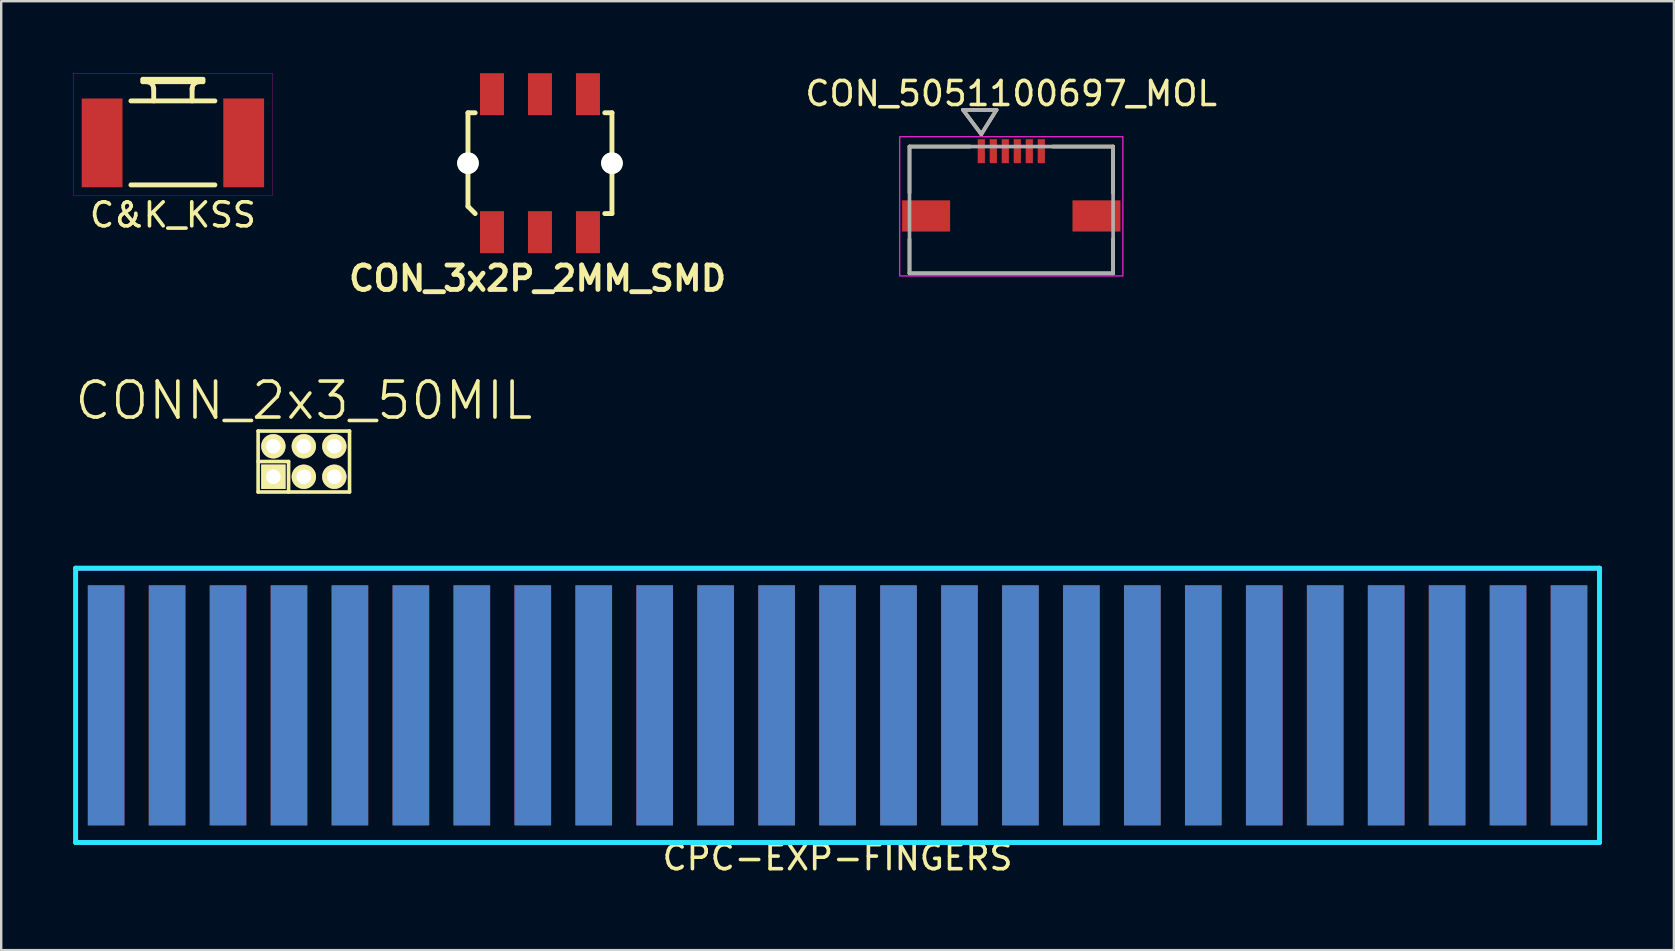
<source format=kicad_pcb>
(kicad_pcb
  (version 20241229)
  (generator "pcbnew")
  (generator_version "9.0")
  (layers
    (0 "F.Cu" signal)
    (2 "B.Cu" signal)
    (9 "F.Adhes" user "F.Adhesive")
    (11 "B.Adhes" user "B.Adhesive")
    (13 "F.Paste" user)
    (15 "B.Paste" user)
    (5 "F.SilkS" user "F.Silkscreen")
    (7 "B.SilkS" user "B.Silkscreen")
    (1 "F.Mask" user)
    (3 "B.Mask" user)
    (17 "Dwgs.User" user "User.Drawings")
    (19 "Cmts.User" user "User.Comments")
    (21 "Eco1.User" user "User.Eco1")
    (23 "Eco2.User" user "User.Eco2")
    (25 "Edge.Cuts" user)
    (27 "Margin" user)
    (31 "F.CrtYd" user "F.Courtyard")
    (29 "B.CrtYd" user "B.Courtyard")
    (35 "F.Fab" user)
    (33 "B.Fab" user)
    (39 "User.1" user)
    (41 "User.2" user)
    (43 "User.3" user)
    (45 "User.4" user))
  (footprint "CON_3x2P_2MM_SMD"
    (layer "F.Cu")
    (at 19.451 3.75)
    (property "Reference" "CON_3x2P_2MM_SMD" (at -0.1 4.8 0) (layer "F.SilkS") (effects (font (size 1.016 1.016) (thickness 0.203))))
    (attr through_hole)
    (fp_line (start -3 -2.1) (end -3 1.8) (stroke (width 0.203) (type solid)) (layer "F.SilkS"))
    (fp_line (start -3 -2.1) (end -2.7 -2.1) (stroke (width 0.203) (type solid)) (layer "F.SilkS"))
    (fp_line (start -3 1.8) (end -2.7 2.1) (stroke (width 0.203) (type solid)) (layer "F.SilkS"))
    (fp_line (start 2.7 2.1) (end 3 2.1) (stroke (width 0.203) (type solid)) (layer "F.SilkS"))
    (fp_line (start 3 -2.1) (end 2.7 -2.1) (stroke (width 0.203) (type solid)) (layer "F.SilkS"))
    (fp_line (start 3 2.1) (end 3 -2.1) (stroke (width 0.203) (type solid)) (layer "F.SilkS"))
    (pad "" np_thru_hole circle (at -3 0) (size 0.9 0.9) (drill 0.9) (layers "*.Cu" "*.Mask" "F.SilkS"))
    (pad "" np_thru_hole circle (at 3 0) (size 0.9 0.9) (drill 0.9) (layers "*.Cu" "*.Mask" "F.SilkS"))
    (pad "1" smd rect (at -2 2.875) (size 1 1.75) (layers "F.Cu" "F.Mask" "F.Paste"))
    (pad "2" smd rect (at -2 -2.875) (size 1 1.75) (layers "F.Cu" "F.Mask" "F.Paste"))
    (pad "3" smd rect (at 0 2.875) (size 1 1.75) (layers "F.Cu" "F.Mask" "F.Paste"))
    (pad "4" smd rect (at 0 -2.875) (size 1 1.75) (layers "F.Cu" "F.Mask" "F.Paste"))
    (pad "5" smd rect (at 2 2.875) (size 1 1.75) (layers "F.Cu" "F.Mask" "F.Paste"))
    (pad "6" smd rect (at 2 -2.875) (size 1 1.75) (layers "F.Cu" "F.Mask" "F.Paste")))
  (footprint "CPC-EXP-FINGERS"
    (layer "F.Cu")
    (at 31.852 26.343)
    (property "Reference" "CPC-EXP-FINGERS" (at 0 6.35 0) (layer "F.SilkS") (effects (font (size 1 1) (thickness 0.15))))
    (attr through_hole)
    (fp_line (start -31.75 -5.715) (end 31.75 -5.715) (stroke (width 0.203) (type solid)) (layer "B.CrtYd"))
    (fp_line (start -31.75 5.715) (end -31.75 -5.715) (stroke (width 0.203) (type solid)) (layer "B.CrtYd"))
    (fp_line (start 31.75 -5.715) (end 31.75 5.715) (stroke (width 0.203) (type solid)) (layer "B.CrtYd"))
    (fp_line (start 31.75 5.715) (end -31.75 5.715) (stroke (width 0.203) (type solid)) (layer "B.CrtYd"))
    (fp_line (start -31.75 -5.715) (end 31.75 -5.715) (stroke (width 0.203) (type solid)) (layer "F.CrtYd"))
    (fp_line (start -31.75 5.715) (end -31.75 -5.715) (stroke (width 0.203) (type solid)) (layer "F.CrtYd"))
    (fp_line (start 31.75 -5.715) (end 31.75 5.715) (stroke (width 0.203) (type solid)) (layer "F.CrtYd"))
    (fp_line (start 31.75 5.715) (end -31.75 5.715) (stroke (width 0.203) (type solid)) (layer "F.CrtYd"))
    (pad "1" smd rect (at 30.48 0) (size 1.524 10) (layers "F.Cu" "F.Mask"))
    (pad "2" smd rect (at 30.48 0) (size 1.524 10) (layers "B.Cu" "B.Mask"))
    (pad "3" smd rect (at 27.94 0) (size 1.524 10) (layers "F.Cu" "F.Mask"))
    (pad "4" smd rect (at 27.94 0) (size 1.524 10) (layers "B.Cu" "B.Mask"))
    (pad "5" smd rect (at 25.4 0) (size 1.524 10) (layers "F.Cu" "F.Mask"))
    (pad "6" smd rect (at 25.4 0) (size 1.524 10) (layers "B.Cu" "B.Mask"))
    (pad "7" smd rect (at 22.86 0) (size 1.524 10) (layers "F.Cu" "F.Mask"))
    (pad "8" smd rect (at 22.86 0) (size 1.524 10) (layers "B.Cu" "B.Mask"))
    (pad "9" smd rect (at 20.32 0) (size 1.524 10) (layers "F.Cu" "F.Mask"))
    (pad "10" smd rect (at 20.32 0) (size 1.524 10) (layers "B.Cu" "B.Mask"))
    (pad "11" smd rect (at 17.78 0) (size 1.524 10) (layers "F.Cu" "F.Mask"))
    (pad "12" smd rect (at 17.78 0) (size 1.524 10) (layers "B.Cu" "B.Mask"))
    (pad "13" smd rect (at 15.24 0) (size 1.524 10) (layers "F.Cu" "F.Mask"))
    (pad "14" smd rect (at 15.24 0) (size 1.524 10) (layers "B.Cu" "B.Mask"))
    (pad "15" smd rect (at 12.7 0) (size 1.524 10) (layers "F.Cu" "F.Mask"))
    (pad "16" smd rect (at 12.7 0) (size 1.524 10) (layers "B.Cu" "B.Mask"))
    (pad "17" smd rect (at 10.16 0) (size 1.524 10) (layers "F.Cu" "F.Mask"))
    (pad "18" smd rect (at 10.16 0) (size 1.524 10) (layers "B.Cu" "B.Mask"))
    (pad "19" smd rect (at 7.62 0) (size 1.524 10) (layers "F.Cu" "F.Mask"))
    (pad "20" smd rect (at 7.62 0) (size 1.524 10) (layers "B.Cu" "B.Mask"))
    (pad "21" smd rect (at 5.08 0) (size 1.524 10) (layers "F.Cu" "F.Mask"))
    (pad "22" smd rect (at 5.08 0) (size 1.524 10) (layers "B.Cu" "B.Mask"))
    (pad "23" smd rect (at 2.54 0) (size 1.524 10) (layers "F.Cu" "F.Mask"))
    (pad "24" smd rect (at 2.54 0) (size 1.524 10) (layers "B.Cu" "B.Mask"))
    (pad "25" smd rect (at 0 0) (size 1.524 10) (layers "F.Cu" "F.Mask"))
    (pad "26" smd rect (at 0 0) (size 1.524 10) (layers "B.Cu" "B.Mask"))
    (pad "27" smd rect (at -2.54 0) (size 1.524 10) (layers "F.Cu" "F.Mask"))
    (pad "28" smd rect (at -2.54 0) (size 1.524 10) (layers "B.Cu" "B.Mask"))
    (pad "29" smd rect (at -5.08 0) (size 1.524 10) (layers "F.Cu" "F.Mask"))
    (pad "30" smd rect (at -5.08 0) (size 1.524 10) (layers "B.Cu" "B.Mask"))
    (pad "31" smd rect (at -7.62 0) (size 1.524 10) (layers "F.Cu" "F.Mask"))
    (pad "32" smd rect (at -7.62 0) (size 1.524 10) (layers "B.Cu" "B.Mask"))
    (pad "33" smd rect (at -10.16 0) (size 1.524 10) (layers "F.Cu" "F.Mask"))
    (pad "34" smd rect (at -10.16 0) (size 1.524 10) (layers "B.Cu" "B.Mask"))
    (pad "35" smd rect (at -12.7 0) (size 1.524 10) (layers "F.Cu" "F.Mask"))
    (pad "36" smd rect (at -12.7 0) (size 1.524 10) (layers "B.Cu" "B.Mask"))
    (pad "37" smd rect (at -15.24 0) (size 1.524 10) (layers "F.Cu" "F.Mask"))
    (pad "38" smd rect (at -15.24 0) (size 1.524 10) (layers "B.Cu" "B.Mask"))
    (pad "39" smd rect (at -17.78 0) (size 1.524 10) (layers "F.Cu" "F.Mask"))
    (pad "40" smd rect (at -17.78 0) (size 1.524 10) (layers "B.Cu" "B.Mask"))
    (pad "41" smd rect (at -20.32 0) (size 1.524 10) (layers "F.Cu" "F.Mask"))
    (pad "42" smd rect (at -20.32 0) (size 1.524 10) (layers "B.Cu" "B.Mask"))
    (pad "43" smd rect (at -22.86 0) (size 1.524 10) (layers "F.Cu" "F.Mask"))
    (pad "44" smd rect (at -22.86 0) (size 1.524 10) (layers "B.Cu" "B.Mask"))
    (pad "45" smd rect (at -25.4 0) (size 1.524 10) (layers "F.Cu" "F.Mask"))
    (pad "46" smd rect (at -25.4 0) (size 1.524 10) (layers "B.Cu" "B.Mask"))
    (pad "47" smd rect (at -27.94 0) (size 1.524 10) (layers "F.Cu" "F.Mask"))
    (pad "48" smd rect (at -27.94 0) (size 1.524 10) (layers "B.Cu" "B.Mask"))
    (pad "49" smd rect (at -30.48 0) (size 1.524 10) (layers "F.Cu" "F.Mask"))
    (pad "50" smd rect (at -30.48 0) (size 1.524 10) (layers "B.Cu" "B.Mask")))
  (footprint "C&K_KSS"
    (layer "F.Cu")
    (at 4.155 2.905)
    (property "Reference" "C&K_KSS" (at 0 3 0) (layer "F.SilkS") (effects (font (size 1 1) (thickness 0.15))))
    (attr through_hole)
    (fp_line (start -1.75 -1.75) (end 1.75 -1.75) (stroke (width 0.203) (type solid)) (layer "F.SilkS"))
    (fp_line (start -1.75 1.75) (end 1.75 1.75) (stroke (width 0.203) (type solid)) (layer "F.SilkS"))
    (fp_line (start -1.25 -2.65) (end 1.25 -2.65) (stroke (width 0.203) (type solid)) (layer "F.SilkS"))
    (fp_line (start -1.25 -2.55) (end -1.25 -2.65) (stroke (width 0.203) (type solid)) (layer "F.SilkS"))
    (fp_line (start -0.8 -2.25) (end -0.8 -1.75) (stroke (width 0.203) (type solid)) (layer "F.SilkS"))
    (fp_line (start 0.8 -1.75) (end 0.8 -2.25) (stroke (width 0.203) (type solid)) (layer "F.SilkS"))
    (fp_line (start 1.25 -2.65) (end 1.25 -2.55) (stroke (width 0.203) (type solid)) (layer "F.SilkS"))
    (fp_line (start 1.25 -2.55) (end -1.25 -2.55) (stroke (width 0.203) (type solid)) (layer "F.SilkS"))
    (fp_arc (start -1.1 -2.55) (mid -0.887868 -2.462132) (end -0.8 -2.25) (stroke (width 0.2032) (type solid)) (layer "F.SilkS"))
    (fp_arc (start 0.8 -2.25) (mid 0.887868 -2.462132) (end 1.1 -2.55) (stroke (width 0.2032) (type solid)) (layer "F.SilkS"))
    (fp_line (start -4.15 -2.9) (end 4.15 -2.9) (stroke (width 0.01) (type solid)) (layer "F.CrtYd"))
    (fp_line (start -4.15 2.2) (end -4.15 -2.9) (stroke (width 0.01) (type solid)) (layer "F.CrtYd"))
    (fp_line (start 4.15 -2.9) (end 4.15 2.2) (stroke (width 0.01) (type solid)) (layer "F.CrtYd"))
    (fp_line (start 4.15 2.2) (end -4.15 2.2) (stroke (width 0.01) (type solid)) (layer "F.CrtYd"))
    (pad "1" smd rect (at -2.95 0) (size 1.7 3.7) (layers "F.Cu" "F.Mask" "F.Paste"))
    (pad "2" smd rect (at 2.95 0) (size 1.7 3.7) (layers "F.Cu" "F.Mask" "F.Paste")))
  (footprint "CONN_2x3_50MIL"
    (layer "F.Cu")
    (at 9.611 16.182)
    (property "Reference" "CONN_2x3_50MIL" (at 0 -2.54 0) (layer "F.SilkS") (effects (font (size 1.5 1.5) (thickness 0.15))))
    (attr through_hole)
    (fp_line (start -1.905 -1.27) (end 1.905 -1.27) (stroke (width 0.15) (type solid)) (layer "F.SilkS"))
    (fp_line (start -1.905 0) (end -0.635 0) (stroke (width 0.15) (type solid)) (layer "F.SilkS"))
    (fp_line (start -1.905 1.27) (end -1.905 -1.27) (stroke (width 0.15) (type solid)) (layer "F.SilkS"))
    (fp_line (start -0.635 0) (end -0.635 1.27) (stroke (width 0.15) (type solid)) (layer "F.SilkS"))
    (fp_line (start 1.905 -1.27) (end 1.905 1.27) (stroke (width 0.15) (type solid)) (layer "F.SilkS"))
    (fp_line (start 1.905 1.27) (end -1.905 1.27) (stroke (width 0.15) (type solid)) (layer "F.SilkS"))
    (pad "1" thru_hole rect (at -1.27 0.635) (size 1.016 1.016) (drill 0.61) (layers "*.Cu" "*.Mask" "F.SilkS"))
    (pad "2" thru_hole circle (at -1.27 -0.635) (size 1.016 1.016) (drill 0.61) (layers "*.Cu" "*.Mask" "F.SilkS"))
    (pad "3" thru_hole circle (at 0 0.635) (size 1.016 1.016) (drill 0.61) (layers "*.Cu" "*.Mask" "F.SilkS"))
    (pad "4" thru_hole circle (at 0 -0.635) (size 1.016 1.016) (drill 0.61) (layers "*.Cu" "*.Mask" "F.SilkS"))
    (pad "5" thru_hole circle (at 1.27 0.635) (size 1.016 1.016) (drill 0.61) (layers "*.Cu" "*.Mask" "F.SilkS"))
    (pad "6" thru_hole circle (at 1.27 -0.635) (size 1.016 1.016) (drill 0.61) (layers "*.Cu" "*.Mask" "F.SilkS")))
  (footprint "CON_5051100697_MOL"
    (layer "F.Cu")
    (at 39.092 5.699)
    (property "Reference" "CON_5051100697_MOL" (at -0.003 -4.85 0) (layer "F.SilkS") (effects (font (size 1 1) (thickness 0.15))))
    (attr smd)
    (fp_line (start -4.242 -2.642) (end -4.242 -0.711) (stroke (width 0.152) (type solid)) (layer "F.SilkS"))
    (fp_line (start -4.242 1.219) (end -4.242 2.642) (stroke (width 0.152) (type solid)) (layer "F.SilkS"))
    (fp_line (start -4.242 2.642) (end 4.242 2.642) (stroke (width 0.152) (type solid)) (layer "F.SilkS"))
    (fp_line (start -2.013 -4.172) (end -1.251 -3.156) (stroke (width 0.152) (type solid)) (layer "F.SilkS"))
    (fp_line (start -2.013 -4.172) (end -0.616 -4.172) (stroke (width 0.152) (type solid)) (layer "F.SilkS"))
    (fp_line (start -1.727 -2.642) (end -4.242 -2.642) (stroke (width 0.152) (type solid)) (layer "F.SilkS"))
    (fp_line (start -0.616 -4.172) (end -1.251 -3.156) (stroke (width 0.152) (type solid)) (layer "F.SilkS"))
    (fp_line (start 4.242 -2.642) (end 1.727 -2.642) (stroke (width 0.152) (type solid)) (layer "F.SilkS"))
    (fp_line (start 4.242 -0.711) (end 4.242 -2.642) (stroke (width 0.152) (type solid)) (layer "F.SilkS"))
    (fp_line (start 4.242 2.642) (end 4.242 1.219) (stroke (width 0.152) (type solid)) (layer "F.SilkS"))
    (fp_rect (start -4.65 -3.05) (end 4.65 2.75) (stroke (width 0.05) (type default)) (fill no) (layer "F.CrtYd"))
    (fp_line (start -4.242 -2.642) (end -4.242 2.642) (stroke (width 0.152) (type solid)) (layer "F.Fab"))
    (fp_line (start -4.242 2.642) (end 4.242 2.642) (stroke (width 0.152) (type solid)) (layer "F.Fab"))
    (fp_line (start -2.013 -4.172) (end -1.251 -3.156) (stroke (width 0.152) (type solid)) (layer "F.Fab"))
    (fp_line (start -2.013 -4.172) (end -0.616 -4.172) (stroke (width 0.152) (type solid)) (layer "F.Fab"))
    (fp_line (start -0.616 -4.172) (end -1.251 -3.156) (stroke (width 0.152) (type solid)) (layer "F.Fab"))
    (fp_line (start 4.242 -2.642) (end -4.242 -2.642) (stroke (width 0.152) (type solid)) (layer "F.Fab"))
    (fp_line (start 4.242 2.642) (end 4.242 -2.642) (stroke (width 0.152) (type solid)) (layer "F.Fab"))
    (pad "1" smd rect (at -1.25 -2.45) (size 0.3 1) (layers "F.Cu" "F.Mask" "F.Paste"))
    (pad "2" smd rect (at -0.75 -2.45) (size 0.3 1) (layers "F.Cu" "F.Mask" "F.Paste"))
    (pad "3" smd rect (at -0.25 -2.45) (size 0.3 1) (layers "F.Cu" "F.Mask" "F.Paste"))
    (pad "4" smd rect (at 0.25 -2.45) (size 0.3 1) (layers "F.Cu" "F.Mask" "F.Paste"))
    (pad "5" smd rect (at 0.75 -2.45) (size 0.3 1) (layers "F.Cu" "F.Mask" "F.Paste"))
    (pad "6" smd rect (at 1.25 -2.45) (size 0.3 1) (layers "F.Cu" "F.Mask" "F.Paste"))
    (pad "P1" smd rect (at -3.55 0.25) (size 2 1.3) (layers "F.Cu" "F.Mask" "F.Paste"))
    (pad "P2" smd rect (at 3.55 0.25) (size 2 1.3) (layers "F.Cu" "F.Mask" "F.Paste")))
  (gr_rect
    (start -3 -3)
    (end 66.703 36.542)
    (stroke (width 0.1) (type default))
    (fill no)
    (layer "Edge.Cuts")))
</source>
